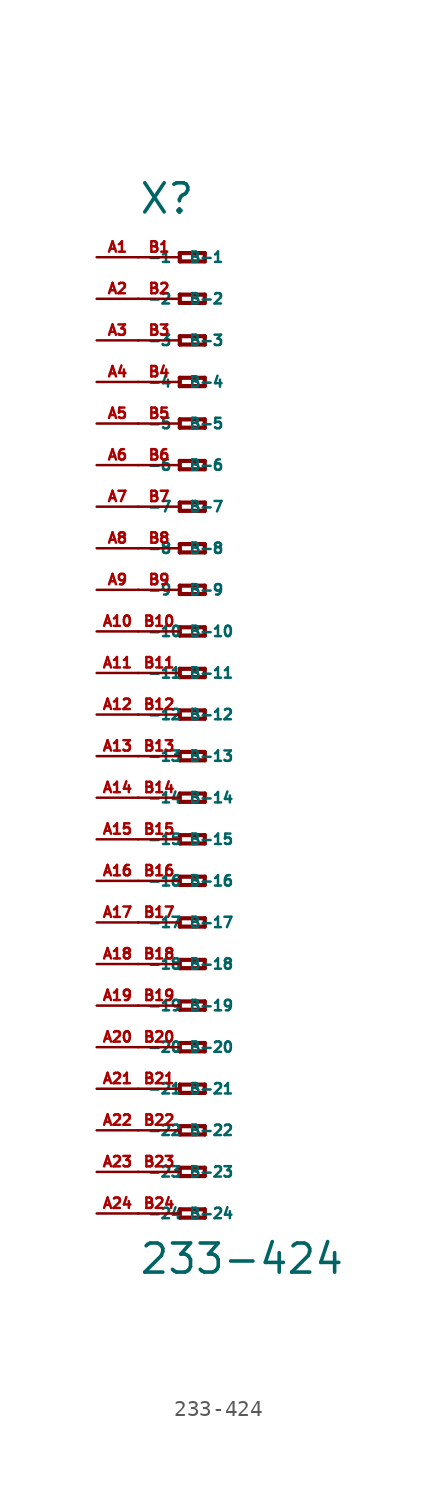
<source format=kicad_sym>
(kicad_symbol_lib
  (version 20220914)
  (generator Eagle2Kicad)
  (symbol "233-424"
    (property "Reference" "X"
      (at -5.08 30.48 0)
      (effects (font (size 1.778 1.778) (thickness 0.22)) (justify left bottom)))
    (property "Value" "233-424"
      (at -5.08 -34.29 0)
      (effects (font (size 1.778 1.778) (thickness 0.22)) (justify left bottom)))
    (polyline
      (pts (xy -2.54 28.194) (xy -2.54 27.686))
      (stroke (width 0.254) (type default))
      (fill (type none)))
    (polyline
      (pts (xy -2.54 27.686) (xy -1.016 27.686))
      (stroke (width 0.254) (type default))
      (fill (type none)))
    (polyline
      (pts (xy -1.016 27.686) (xy -1.016 28.194))
      (stroke (width 0.254) (type default))
      (fill (type none)))
    (polyline
      (pts (xy -1.016 28.194) (xy -2.54 28.194))
      (stroke (width 0.254) (type default))
      (fill (type none)))
    (polyline
      (pts (xy -2.54 25.654) (xy -2.54 25.146))
      (stroke (width 0.254) (type default))
      (fill (type none)))
    (polyline
      (pts (xy -2.54 25.146) (xy -1.016 25.146))
      (stroke (width 0.254) (type default))
      (fill (type none)))
    (polyline
      (pts (xy -1.016 25.146) (xy -1.016 25.654))
      (stroke (width 0.254) (type default))
      (fill (type none)))
    (polyline
      (pts (xy -1.016 25.654) (xy -2.54 25.654))
      (stroke (width 0.254) (type default))
      (fill (type none)))
    (polyline
      (pts (xy -2.54 23.114) (xy -2.54 22.606))
      (stroke (width 0.254) (type default))
      (fill (type none)))
    (polyline
      (pts (xy -2.54 22.606) (xy -1.016 22.606))
      (stroke (width 0.254) (type default))
      (fill (type none)))
    (polyline
      (pts (xy -1.016 22.606) (xy -1.016 23.114))
      (stroke (width 0.254) (type default))
      (fill (type none)))
    (polyline
      (pts (xy -1.016 23.114) (xy -2.54 23.114))
      (stroke (width 0.254) (type default))
      (fill (type none)))
    (polyline
      (pts (xy -2.54 20.574) (xy -2.54 20.066))
      (stroke (width 0.254) (type default))
      (fill (type none)))
    (polyline
      (pts (xy -2.54 20.066) (xy -1.016 20.066))
      (stroke (width 0.254) (type default))
      (fill (type none)))
    (polyline
      (pts (xy -1.016 20.066) (xy -1.016 20.574))
      (stroke (width 0.254) (type default))
      (fill (type none)))
    (polyline
      (pts (xy -1.016 20.574) (xy -2.54 20.574))
      (stroke (width 0.254) (type default))
      (fill (type none)))
    (polyline
      (pts (xy -2.54 18.034) (xy -2.54 17.526))
      (stroke (width 0.254) (type default))
      (fill (type none)))
    (polyline
      (pts (xy -2.54 17.526) (xy -1.016 17.526))
      (stroke (width 0.254) (type default))
      (fill (type none)))
    (polyline
      (pts (xy -1.016 17.526) (xy -1.016 18.034))
      (stroke (width 0.254) (type default))
      (fill (type none)))
    (polyline
      (pts (xy -1.016 18.034) (xy -2.54 18.034))
      (stroke (width 0.254) (type default))
      (fill (type none)))
    (polyline
      (pts (xy -2.54 15.494) (xy -2.54 14.986))
      (stroke (width 0.254) (type default))
      (fill (type none)))
    (polyline
      (pts (xy -2.54 14.986) (xy -1.016 14.986))
      (stroke (width 0.254) (type default))
      (fill (type none)))
    (polyline
      (pts (xy -1.016 14.986) (xy -1.016 15.494))
      (stroke (width 0.254) (type default))
      (fill (type none)))
    (polyline
      (pts (xy -1.016 15.494) (xy -2.54 15.494))
      (stroke (width 0.254) (type default))
      (fill (type none)))
    (polyline
      (pts (xy -2.54 12.954) (xy -2.54 12.446))
      (stroke (width 0.254) (type default))
      (fill (type none)))
    (polyline
      (pts (xy -2.54 12.446) (xy -1.016 12.446))
      (stroke (width 0.254) (type default))
      (fill (type none)))
    (polyline
      (pts (xy -1.016 12.446) (xy -1.016 12.954))
      (stroke (width 0.254) (type default))
      (fill (type none)))
    (polyline
      (pts (xy -1.016 12.954) (xy -2.54 12.954))
      (stroke (width 0.254) (type default))
      (fill (type none)))
    (polyline
      (pts (xy -2.54 10.414) (xy -2.54 9.906))
      (stroke (width 0.254) (type default))
      (fill (type none)))
    (polyline
      (pts (xy -2.54 9.906) (xy -1.016 9.906))
      (stroke (width 0.254) (type default))
      (fill (type none)))
    (polyline
      (pts (xy -1.016 9.906) (xy -1.016 10.414))
      (stroke (width 0.254) (type default))
      (fill (type none)))
    (polyline
      (pts (xy -1.016 10.414) (xy -2.54 10.414))
      (stroke (width 0.254) (type default))
      (fill (type none)))
    (polyline
      (pts (xy -2.54 7.874) (xy -2.54 7.366))
      (stroke (width 0.254) (type default))
      (fill (type none)))
    (polyline
      (pts (xy -2.54 7.366) (xy -1.016 7.366))
      (stroke (width 0.254) (type default))
      (fill (type none)))
    (polyline
      (pts (xy -1.016 7.366) (xy -1.016 7.874))
      (stroke (width 0.254) (type default))
      (fill (type none)))
    (polyline
      (pts (xy -1.016 7.874) (xy -2.54 7.874))
      (stroke (width 0.254) (type default))
      (fill (type none)))
    (polyline
      (pts (xy -2.54 5.334) (xy -2.54 4.826))
      (stroke (width 0.254) (type default))
      (fill (type none)))
    (polyline
      (pts (xy -2.54 4.826) (xy -1.016 4.826))
      (stroke (width 0.254) (type default))
      (fill (type none)))
    (polyline
      (pts (xy -1.016 4.826) (xy -1.016 5.334))
      (stroke (width 0.254) (type default))
      (fill (type none)))
    (polyline
      (pts (xy -1.016 5.334) (xy -2.54 5.334))
      (stroke (width 0.254) (type default))
      (fill (type none)))
    (polyline
      (pts (xy -2.54 2.794) (xy -2.54 2.286))
      (stroke (width 0.254) (type default))
      (fill (type none)))
    (polyline
      (pts (xy -2.54 2.286) (xy -1.016 2.286))
      (stroke (width 0.254) (type default))
      (fill (type none)))
    (polyline
      (pts (xy -1.016 2.286) (xy -1.016 2.794))
      (stroke (width 0.254) (type default))
      (fill (type none)))
    (polyline
      (pts (xy -1.016 2.794) (xy -2.54 2.794))
      (stroke (width 0.254) (type default))
      (fill (type none)))
    (polyline
      (pts (xy -2.54 0.254) (xy -2.54 -0.254))
      (stroke (width 0.254) (type default))
      (fill (type none)))
    (polyline
      (pts (xy -2.54 -0.254) (xy -1.016 -0.254))
      (stroke (width 0.254) (type default))
      (fill (type none)))
    (polyline
      (pts (xy -1.016 -0.254) (xy -1.016 0.254))
      (stroke (width 0.254) (type default))
      (fill (type none)))
    (polyline
      (pts (xy -1.016 0.254) (xy -2.54 0.254))
      (stroke (width 0.254) (type default))
      (fill (type none)))
    (polyline
      (pts (xy -2.54 -2.286) (xy -2.54 -2.794))
      (stroke (width 0.254) (type default))
      (fill (type none)))
    (polyline
      (pts (xy -2.54 -2.794) (xy -1.016 -2.794))
      (stroke (width 0.254) (type default))
      (fill (type none)))
    (polyline
      (pts (xy -1.016 -2.794) (xy -1.016 -2.286))
      (stroke (width 0.254) (type default))
      (fill (type none)))
    (polyline
      (pts (xy -1.016 -2.286) (xy -2.54 -2.286))
      (stroke (width 0.254) (type default))
      (fill (type none)))
    (polyline
      (pts (xy -2.54 -4.826) (xy -2.54 -5.334))
      (stroke (width 0.254) (type default))
      (fill (type none)))
    (polyline
      (pts (xy -2.54 -5.334) (xy -1.016 -5.334))
      (stroke (width 0.254) (type default))
      (fill (type none)))
    (polyline
      (pts (xy -1.016 -5.334) (xy -1.016 -4.826))
      (stroke (width 0.254) (type default))
      (fill (type none)))
    (polyline
      (pts (xy -1.016 -4.826) (xy -2.54 -4.826))
      (stroke (width 0.254) (type default))
      (fill (type none)))
    (polyline
      (pts (xy -2.54 -7.366) (xy -2.54 -7.874))
      (stroke (width 0.254) (type default))
      (fill (type none)))
    (polyline
      (pts (xy -2.54 -7.874) (xy -1.016 -7.874))
      (stroke (width 0.254) (type default))
      (fill (type none)))
    (polyline
      (pts (xy -1.016 -7.874) (xy -1.016 -7.366))
      (stroke (width 0.254) (type default))
      (fill (type none)))
    (polyline
      (pts (xy -1.016 -7.366) (xy -2.54 -7.366))
      (stroke (width 0.254) (type default))
      (fill (type none)))
    (polyline
      (pts (xy -2.54 -9.906) (xy -2.54 -10.414))
      (stroke (width 0.254) (type default))
      (fill (type none)))
    (polyline
      (pts (xy -2.54 -10.414) (xy -1.016 -10.414))
      (stroke (width 0.254) (type default))
      (fill (type none)))
    (polyline
      (pts (xy -1.016 -10.414) (xy -1.016 -9.906))
      (stroke (width 0.254) (type default))
      (fill (type none)))
    (polyline
      (pts (xy -1.016 -9.906) (xy -2.54 -9.906))
      (stroke (width 0.254) (type default))
      (fill (type none)))
    (polyline
      (pts (xy -2.54 -12.446) (xy -2.54 -12.954))
      (stroke (width 0.254) (type default))
      (fill (type none)))
    (polyline
      (pts (xy -2.54 -12.954) (xy -1.016 -12.954))
      (stroke (width 0.254) (type default))
      (fill (type none)))
    (polyline
      (pts (xy -1.016 -12.954) (xy -1.016 -12.446))
      (stroke (width 0.254) (type default))
      (fill (type none)))
    (polyline
      (pts (xy -1.016 -12.446) (xy -2.54 -12.446))
      (stroke (width 0.254) (type default))
      (fill (type none)))
    (polyline
      (pts (xy -2.54 -14.986) (xy -2.54 -15.494))
      (stroke (width 0.254) (type default))
      (fill (type none)))
    (polyline
      (pts (xy -2.54 -15.494) (xy -1.016 -15.494))
      (stroke (width 0.254) (type default))
      (fill (type none)))
    (polyline
      (pts (xy -1.016 -15.494) (xy -1.016 -14.986))
      (stroke (width 0.254) (type default))
      (fill (type none)))
    (polyline
      (pts (xy -1.016 -14.986) (xy -2.54 -14.986))
      (stroke (width 0.254) (type default))
      (fill (type none)))
    (polyline
      (pts (xy -2.54 -17.526) (xy -2.54 -18.034))
      (stroke (width 0.254) (type default))
      (fill (type none)))
    (polyline
      (pts (xy -2.54 -18.034) (xy -1.016 -18.034))
      (stroke (width 0.254) (type default))
      (fill (type none)))
    (polyline
      (pts (xy -1.016 -18.034) (xy -1.016 -17.526))
      (stroke (width 0.254) (type default))
      (fill (type none)))
    (polyline
      (pts (xy -1.016 -17.526) (xy -2.54 -17.526))
      (stroke (width 0.254) (type default))
      (fill (type none)))
    (polyline
      (pts (xy -2.54 -20.066) (xy -2.54 -20.574))
      (stroke (width 0.254) (type default))
      (fill (type none)))
    (polyline
      (pts (xy -2.54 -20.574) (xy -1.016 -20.574))
      (stroke (width 0.254) (type default))
      (fill (type none)))
    (polyline
      (pts (xy -1.016 -20.574) (xy -1.016 -20.066))
      (stroke (width 0.254) (type default))
      (fill (type none)))
    (polyline
      (pts (xy -1.016 -20.066) (xy -2.54 -20.066))
      (stroke (width 0.254) (type default))
      (fill (type none)))
    (polyline
      (pts (xy -2.54 -22.606) (xy -2.54 -23.114))
      (stroke (width 0.254) (type default))
      (fill (type none)))
    (polyline
      (pts (xy -2.54 -23.114) (xy -1.016 -23.114))
      (stroke (width 0.254) (type default))
      (fill (type none)))
    (polyline
      (pts (xy -1.016 -23.114) (xy -1.016 -22.606))
      (stroke (width 0.254) (type default))
      (fill (type none)))
    (polyline
      (pts (xy -1.016 -22.606) (xy -2.54 -22.606))
      (stroke (width 0.254) (type default))
      (fill (type none)))
    (polyline
      (pts (xy -2.54 -25.146) (xy -2.54 -25.654))
      (stroke (width 0.254) (type default))
      (fill (type none)))
    (polyline
      (pts (xy -2.54 -25.654) (xy -1.016 -25.654))
      (stroke (width 0.254) (type default))
      (fill (type none)))
    (polyline
      (pts (xy -1.016 -25.654) (xy -1.016 -25.146))
      (stroke (width 0.254) (type default))
      (fill (type none)))
    (polyline
      (pts (xy -1.016 -25.146) (xy -2.54 -25.146))
      (stroke (width 0.254) (type default))
      (fill (type none)))
    (polyline
      (pts (xy -2.54 -27.686) (xy -2.54 -28.194))
      (stroke (width 0.254) (type default))
      (fill (type none)))
    (polyline
      (pts (xy -2.54 -28.194) (xy -1.016 -28.194))
      (stroke (width 0.254) (type default))
      (fill (type none)))
    (polyline
      (pts (xy -1.016 -28.194) (xy -1.016 -27.686))
      (stroke (width 0.254) (type default))
      (fill (type none)))
    (polyline
      (pts (xy -1.016 -27.686) (xy -2.54 -27.686))
      (stroke (width 0.254) (type default))
      (fill (type none)))
    (polyline
      (pts (xy -2.54 -30.226) (xy -2.54 -30.734))
      (stroke (width 0.254) (type default))
      (fill (type none)))
    (polyline
      (pts (xy -2.54 -30.734) (xy -1.016 -30.734))
      (stroke (width 0.254) (type default))
      (fill (type none)))
    (polyline
      (pts (xy -1.016 -30.734) (xy -1.016 -30.226))
      (stroke (width 0.254) (type default))
      (fill (type none)))
    (polyline
      (pts (xy -1.016 -30.226) (xy -2.54 -30.226))
      (stroke (width 0.254) (type default))
      (fill (type none)))
    (pin passive line
      (at -7.62 27.94 0)
      (length 2.54)
      (name "-1" (effects (font (size 0.635 0.635) (thickness 0.08)) (justify left bottom)))
      (number "A1" (effects (font (size 0.635 0.635) (thickness 0.08)) (justify left bottom))))
    (pin passive line
      (at -7.62 25.4 0)
      (length 2.54)
      (name "-2" (effects (font (size 0.635 0.635) (thickness 0.08)) (justify left bottom)))
      (number "A2" (effects (font (size 0.635 0.635) (thickness 0.08)) (justify left bottom))))
    (pin passive line
      (at -7.62 22.86 0)
      (length 2.54)
      (name "-3" (effects (font (size 0.635 0.635) (thickness 0.08)) (justify left bottom)))
      (number "A3" (effects (font (size 0.635 0.635) (thickness 0.08)) (justify left bottom))))
    (pin passive line
      (at -7.62 20.32 0)
      (length 2.54)
      (name "-4" (effects (font (size 0.635 0.635) (thickness 0.08)) (justify left bottom)))
      (number "A4" (effects (font (size 0.635 0.635) (thickness 0.08)) (justify left bottom))))
    (pin passive line
      (at -7.62 17.78 0)
      (length 2.54)
      (name "-5" (effects (font (size 0.635 0.635) (thickness 0.08)) (justify left bottom)))
      (number "A5" (effects (font (size 0.635 0.635) (thickness 0.08)) (justify left bottom))))
    (pin passive line
      (at -7.62 15.24 0)
      (length 2.54)
      (name "-6" (effects (font (size 0.635 0.635) (thickness 0.08)) (justify left bottom)))
      (number "A6" (effects (font (size 0.635 0.635) (thickness 0.08)) (justify left bottom))))
    (pin passive line
      (at -7.62 12.7 0)
      (length 2.54)
      (name "-7" (effects (font (size 0.635 0.635) (thickness 0.08)) (justify left bottom)))
      (number "A7" (effects (font (size 0.635 0.635) (thickness 0.08)) (justify left bottom))))
    (pin passive line
      (at -7.62 10.16 0)
      (length 2.54)
      (name "-8" (effects (font (size 0.635 0.635) (thickness 0.08)) (justify left bottom)))
      (number "A8" (effects (font (size 0.635 0.635) (thickness 0.08)) (justify left bottom))))
    (pin passive line
      (at -7.62 7.62 0)
      (length 2.54)
      (name "-9" (effects (font (size 0.635 0.635) (thickness 0.08)) (justify left bottom)))
      (number "A9" (effects (font (size 0.635 0.635) (thickness 0.08)) (justify left bottom))))
    (pin passive line
      (at -7.62 5.08 0)
      (length 2.54)
      (name "-10" (effects (font (size 0.635 0.635) (thickness 0.08)) (justify left bottom)))
      (number "A10" (effects (font (size 0.635 0.635) (thickness 0.08)) (justify left bottom))))
    (pin passive line
      (at -7.62 2.54 0)
      (length 2.54)
      (name "-11" (effects (font (size 0.635 0.635) (thickness 0.08)) (justify left bottom)))
      (number "A11" (effects (font (size 0.635 0.635) (thickness 0.08)) (justify left bottom))))
    (pin passive line
      (at -7.62 0 0)
      (length 2.54)
      (name "-12" (effects (font (size 0.635 0.635) (thickness 0.08)) (justify left bottom)))
      (number "A12" (effects (font (size 0.635 0.635) (thickness 0.08)) (justify left bottom))))
    (pin passive line
      (at -7.62 -2.54 0)
      (length 2.54)
      (name "-13" (effects (font (size 0.635 0.635) (thickness 0.08)) (justify left bottom)))
      (number "A13" (effects (font (size 0.635 0.635) (thickness 0.08)) (justify left bottom))))
    (pin passive line
      (at -7.62 -5.08 0)
      (length 2.54)
      (name "-14" (effects (font (size 0.635 0.635) (thickness 0.08)) (justify left bottom)))
      (number "A14" (effects (font (size 0.635 0.635) (thickness 0.08)) (justify left bottom))))
    (pin passive line
      (at -7.62 -7.62 0)
      (length 2.54)
      (name "-15" (effects (font (size 0.635 0.635) (thickness 0.08)) (justify left bottom)))
      (number "A15" (effects (font (size 0.635 0.635) (thickness 0.08)) (justify left bottom))))
    (pin passive line
      (at -7.62 -10.16 0)
      (length 2.54)
      (name "-16" (effects (font (size 0.635 0.635) (thickness 0.08)) (justify left bottom)))
      (number "A16" (effects (font (size 0.635 0.635) (thickness 0.08)) (justify left bottom))))
    (pin passive line
      (at -7.62 -12.7 0)
      (length 2.54)
      (name "-17" (effects (font (size 0.635 0.635) (thickness 0.08)) (justify left bottom)))
      (number "A17" (effects (font (size 0.635 0.635) (thickness 0.08)) (justify left bottom))))
    (pin passive line
      (at -7.62 -15.24 0)
      (length 2.54)
      (name "-18" (effects (font (size 0.635 0.635) (thickness 0.08)) (justify left bottom)))
      (number "A18" (effects (font (size 0.635 0.635) (thickness 0.08)) (justify left bottom))))
    (pin passive line
      (at -7.62 -17.78 0)
      (length 2.54)
      (name "-19" (effects (font (size 0.635 0.635) (thickness 0.08)) (justify left bottom)))
      (number "A19" (effects (font (size 0.635 0.635) (thickness 0.08)) (justify left bottom))))
    (pin passive line
      (at -7.62 -20.32 0)
      (length 2.54)
      (name "-20" (effects (font (size 0.635 0.635) (thickness 0.08)) (justify left bottom)))
      (number "A20" (effects (font (size 0.635 0.635) (thickness 0.08)) (justify left bottom))))
    (pin passive line
      (at -7.62 -22.86 0)
      (length 2.54)
      (name "-21" (effects (font (size 0.635 0.635) (thickness 0.08)) (justify left bottom)))
      (number "A21" (effects (font (size 0.635 0.635) (thickness 0.08)) (justify left bottom))))
    (pin passive line
      (at -7.62 -25.4 0)
      (length 2.54)
      (name "-22" (effects (font (size 0.635 0.635) (thickness 0.08)) (justify left bottom)))
      (number "A22" (effects (font (size 0.635 0.635) (thickness 0.08)) (justify left bottom))))
    (pin passive line
      (at -7.62 -27.94 0)
      (length 2.54)
      (name "-23" (effects (font (size 0.635 0.635) (thickness 0.08)) (justify left bottom)))
      (number "A23" (effects (font (size 0.635 0.635) (thickness 0.08)) (justify left bottom))))
    (pin passive line
      (at -7.62 -30.48 0)
      (length 2.54)
      (name "-24" (effects (font (size 0.635 0.635) (thickness 0.08)) (justify left bottom)))
      (number "A24" (effects (font (size 0.635 0.635) (thickness 0.08)) (justify left bottom))))
    (pin passive line
      (at -5.08 -30.48 0)
      (length 2.54)
      (name "B-24" (effects (font (size 0.635 0.635) (thickness 0.08)) (justify left bottom)))
      (number "B24" (effects (font (size 0.635 0.635) (thickness 0.08)) (justify left bottom))))
    (pin passive line
      (at -5.08 27.94 0)
      (length 2.54)
      (name "B-1" (effects (font (size 0.635 0.635) (thickness 0.08)) (justify left bottom)))
      (number "B1" (effects (font (size 0.635 0.635) (thickness 0.08)) (justify left bottom))))
    (pin passive line
      (at -5.08 25.4 0)
      (length 2.54)
      (name "B-2" (effects (font (size 0.635 0.635) (thickness 0.08)) (justify left bottom)))
      (number "B2" (effects (font (size 0.635 0.635) (thickness 0.08)) (justify left bottom))))
    (pin passive line
      (at -5.08 22.86 0)
      (length 2.54)
      (name "B-3" (effects (font (size 0.635 0.635) (thickness 0.08)) (justify left bottom)))
      (number "B3" (effects (font (size 0.635 0.635) (thickness 0.08)) (justify left bottom))))
    (pin passive line
      (at -5.08 20.32 0)
      (length 2.54)
      (name "B-4" (effects (font (size 0.635 0.635) (thickness 0.08)) (justify left bottom)))
      (number "B4" (effects (font (size 0.635 0.635) (thickness 0.08)) (justify left bottom))))
    (pin passive line
      (at -5.08 17.78 0)
      (length 2.54)
      (name "B-5" (effects (font (size 0.635 0.635) (thickness 0.08)) (justify left bottom)))
      (number "B5" (effects (font (size 0.635 0.635) (thickness 0.08)) (justify left bottom))))
    (pin passive line
      (at -5.08 15.24 0)
      (length 2.54)
      (name "B-6" (effects (font (size 0.635 0.635) (thickness 0.08)) (justify left bottom)))
      (number "B6" (effects (font (size 0.635 0.635) (thickness 0.08)) (justify left bottom))))
    (pin passive line
      (at -5.08 12.7 0)
      (length 2.54)
      (name "B-7" (effects (font (size 0.635 0.635) (thickness 0.08)) (justify left bottom)))
      (number "B7" (effects (font (size 0.635 0.635) (thickness 0.08)) (justify left bottom))))
    (pin passive line
      (at -5.08 10.16 0)
      (length 2.54)
      (name "B-8" (effects (font (size 0.635 0.635) (thickness 0.08)) (justify left bottom)))
      (number "B8" (effects (font (size 0.635 0.635) (thickness 0.08)) (justify left bottom))))
    (pin passive line
      (at -5.08 7.62 0)
      (length 2.54)
      (name "B-9" (effects (font (size 0.635 0.635) (thickness 0.08)) (justify left bottom)))
      (number "B9" (effects (font (size 0.635 0.635) (thickness 0.08)) (justify left bottom))))
    (pin passive line
      (at -5.08 5.08 0)
      (length 2.54)
      (name "B-10" (effects (font (size 0.635 0.635) (thickness 0.08)) (justify left bottom)))
      (number "B10" (effects (font (size 0.635 0.635) (thickness 0.08)) (justify left bottom))))
    (pin passive line
      (at -5.08 2.54 0)
      (length 2.54)
      (name "B-11" (effects (font (size 0.635 0.635) (thickness 0.08)) (justify left bottom)))
      (number "B11" (effects (font (size 0.635 0.635) (thickness 0.08)) (justify left bottom))))
    (pin passive line
      (at -5.08 0 0)
      (length 2.54)
      (name "B-12" (effects (font (size 0.635 0.635) (thickness 0.08)) (justify left bottom)))
      (number "B12" (effects (font (size 0.635 0.635) (thickness 0.08)) (justify left bottom))))
    (pin passive line
      (at -5.08 -2.54 0)
      (length 2.54)
      (name "B-13" (effects (font (size 0.635 0.635) (thickness 0.08)) (justify left bottom)))
      (number "B13" (effects (font (size 0.635 0.635) (thickness 0.08)) (justify left bottom))))
    (pin passive line
      (at -5.08 -5.08 0)
      (length 2.54)
      (name "B-14" (effects (font (size 0.635 0.635) (thickness 0.08)) (justify left bottom)))
      (number "B14" (effects (font (size 0.635 0.635) (thickness 0.08)) (justify left bottom))))
    (pin passive line
      (at -5.08 -7.62 0)
      (length 2.54)
      (name "B-15" (effects (font (size 0.635 0.635) (thickness 0.08)) (justify left bottom)))
      (number "B15" (effects (font (size 0.635 0.635) (thickness 0.08)) (justify left bottom))))
    (pin passive line
      (at -5.08 -10.16 0)
      (length 2.54)
      (name "B-16" (effects (font (size 0.635 0.635) (thickness 0.08)) (justify left bottom)))
      (number "B16" (effects (font (size 0.635 0.635) (thickness 0.08)) (justify left bottom))))
    (pin passive line
      (at -5.08 -12.7 0)
      (length 2.54)
      (name "B-17" (effects (font (size 0.635 0.635) (thickness 0.08)) (justify left bottom)))
      (number "B17" (effects (font (size 0.635 0.635) (thickness 0.08)) (justify left bottom))))
    (pin passive line
      (at -5.08 -15.24 0)
      (length 2.54)
      (name "B-18" (effects (font (size 0.635 0.635) (thickness 0.08)) (justify left bottom)))
      (number "B18" (effects (font (size 0.635 0.635) (thickness 0.08)) (justify left bottom))))
    (pin passive line
      (at -5.08 -17.78 0)
      (length 2.54)
      (name "B-19" (effects (font (size 0.635 0.635) (thickness 0.08)) (justify left bottom)))
      (number "B19" (effects (font (size 0.635 0.635) (thickness 0.08)) (justify left bottom))))
    (pin passive line
      (at -5.08 -20.32 0)
      (length 2.54)
      (name "B-20" (effects (font (size 0.635 0.635) (thickness 0.08)) (justify left bottom)))
      (number "B20" (effects (font (size 0.635 0.635) (thickness 0.08)) (justify left bottom))))
    (pin passive line
      (at -5.08 -22.86 0)
      (length 2.54)
      (name "B-21" (effects (font (size 0.635 0.635) (thickness 0.08)) (justify left bottom)))
      (number "B21" (effects (font (size 0.635 0.635) (thickness 0.08)) (justify left bottom))))
    (pin passive line
      (at -5.08 -25.4 0)
      (length 2.54)
      (name "B-22" (effects (font (size 0.635 0.635) (thickness 0.08)) (justify left bottom)))
      (number "B22" (effects (font (size 0.635 0.635) (thickness 0.08)) (justify left bottom))))
    (pin passive line
      (at -5.08 -27.94 0)
      (length 2.54)
      (name "B-23" (effects (font (size 0.635 0.635) (thickness 0.08)) (justify left bottom)))
      (number "B23" (effects (font (size 0.635 0.635) (thickness 0.08)) (justify left bottom))))))
</source>
